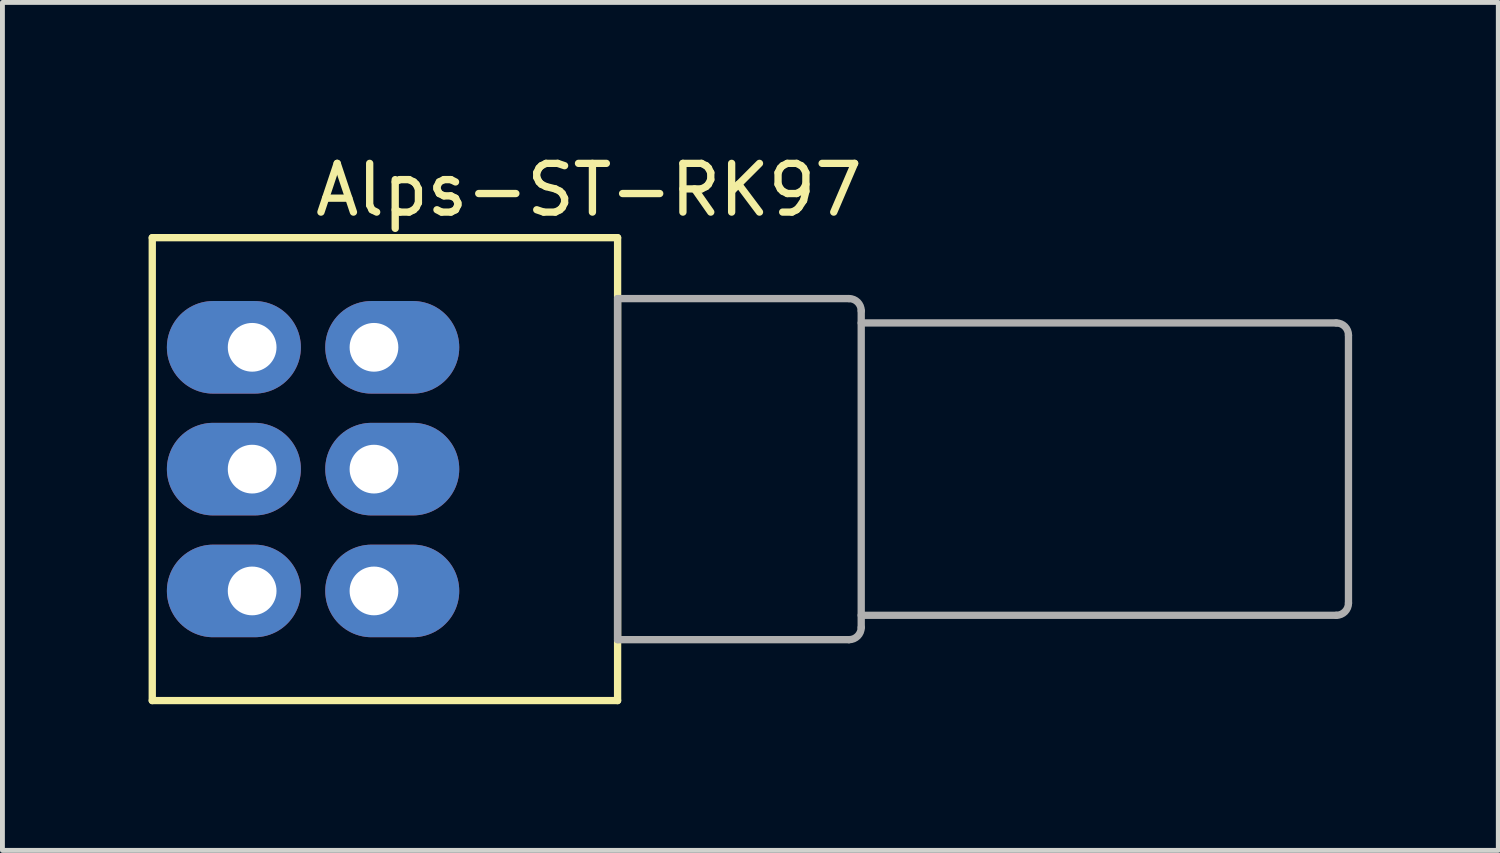
<source format=kicad_pcb>
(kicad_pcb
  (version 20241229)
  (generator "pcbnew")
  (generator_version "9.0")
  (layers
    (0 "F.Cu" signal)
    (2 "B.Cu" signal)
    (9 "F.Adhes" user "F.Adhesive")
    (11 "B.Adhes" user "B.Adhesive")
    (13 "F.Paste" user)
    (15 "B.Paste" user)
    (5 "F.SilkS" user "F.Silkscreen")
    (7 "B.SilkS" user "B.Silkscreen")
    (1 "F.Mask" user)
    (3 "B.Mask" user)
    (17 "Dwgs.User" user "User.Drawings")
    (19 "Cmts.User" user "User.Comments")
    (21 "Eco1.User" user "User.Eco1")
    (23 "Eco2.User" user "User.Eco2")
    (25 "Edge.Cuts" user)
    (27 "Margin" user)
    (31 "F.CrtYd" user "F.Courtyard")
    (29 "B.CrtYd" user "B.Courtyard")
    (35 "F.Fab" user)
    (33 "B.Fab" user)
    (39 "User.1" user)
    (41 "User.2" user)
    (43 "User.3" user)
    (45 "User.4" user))
  (footprint "Alps-ST-RK97"
    (layer "F.Cu")
    (at 4.625 6.578)
    (property "Reference" "Alps-ST-RK97" (at 4.412 -5.73 0) (layer "F.SilkS") (effects (font (size 1 1) (thickness 0.15))))
    (attr through_hole)
    (fp_line (start -4.55 -4.75) (end -4.55 4.75) (stroke (width 0.15) (type solid)) (layer "F.SilkS"))
    (fp_line (start -4.55 -4.75) (end 5 -4.75) (stroke (width 0.15) (type solid)) (layer "F.SilkS"))
    (fp_line (start 5 -4.75) (end 5 4.75) (stroke (width 0.15) (type solid)) (layer "F.SilkS"))
    (fp_line (start 5 4.75) (end -4.55 4.75) (stroke (width 0.15) (type solid)) (layer "F.SilkS"))
    (fp_line (start 5 -3.5) (end 5 3.5) (stroke (width 0.15) (type solid)) (layer "F.Fab"))
    (fp_line (start 5 -3.5) (end 9.75 -3.5) (stroke (width 0.15) (type solid)) (layer "F.Fab"))
    (fp_line (start 9.75 3.5) (end 5 3.5) (stroke (width 0.15) (type solid)) (layer "F.Fab"))
    (fp_line (start 10 -3.25) (end 10 3.25) (stroke (width 0.15) (type solid)) (layer "F.Fab"))
    (fp_line (start 10 -3) (end 19.75 -3) (stroke (width 0.15) (type solid)) (layer "F.Fab"))
    (fp_line (start 10 3) (end 19.75 3) (stroke (width 0.15) (type solid)) (layer "F.Fab"))
    (fp_line (start 20 -2.75) (end 20 2.75) (stroke (width 0.15) (type solid)) (layer "F.Fab"))
    (fp_arc (start 9.75 -3.5) (mid 9.926777 -3.426777) (end 10 -3.25) (stroke (width 0.15) (type solid)) (layer "F.Fab"))
    (fp_arc (start 10 3.25) (mid 9.926777 3.426777) (end 9.75 3.5) (stroke (width 0.15) (type solid)) (layer "F.Fab"))
    (fp_arc (start 19.75 -3) (mid 19.926777 -2.926777) (end 20 -2.75) (stroke (width 0.15) (type solid)) (layer "F.Fab"))
    (fp_arc (start 20 2.75) (mid 19.926777 2.926777) (end 19.75 3) (stroke (width 0.15) (type solid)) (layer "F.Fab"))
    (pad "1" thru_hole oval (at 0 2.5) (size 2.75 1.9) (drill 1 (offset 0.375 0)) (layers "*.Cu" "*.Mask"))
    (pad "2" thru_hole oval (at 0 0) (size 2.75 1.9) (drill 1 (offset 0.375 0)) (layers "*.Cu" "*.Mask"))
    (pad "3" thru_hole oval (at 0 -2.5) (size 2.75 1.9) (drill 1 (offset 0.375 0)) (layers "*.Cu" "*.Mask"))
    (pad "4" thru_hole oval (at -2.5 2.5) (size 2.75 1.9) (drill 1 (offset -0.375 0)) (layers "*.Cu" "*.Mask"))
    (pad "5" thru_hole oval (at -2.5 0) (size 2.75 1.9) (drill 1 (offset -0.375 0)) (layers "*.Cu" "*.Mask"))
    (pad "6" thru_hole oval (at -2.5 -2.5) (size 2.75 1.9) (drill 1 (offset -0.375 0)) (layers "*.Cu" "*.Mask")))
  (gr_rect
    (start -3 -3)
    (end 27.7 14.403)
    (stroke (width 0.1) (type default))
    (fill no)
    (layer "Edge.Cuts")))
</source>
